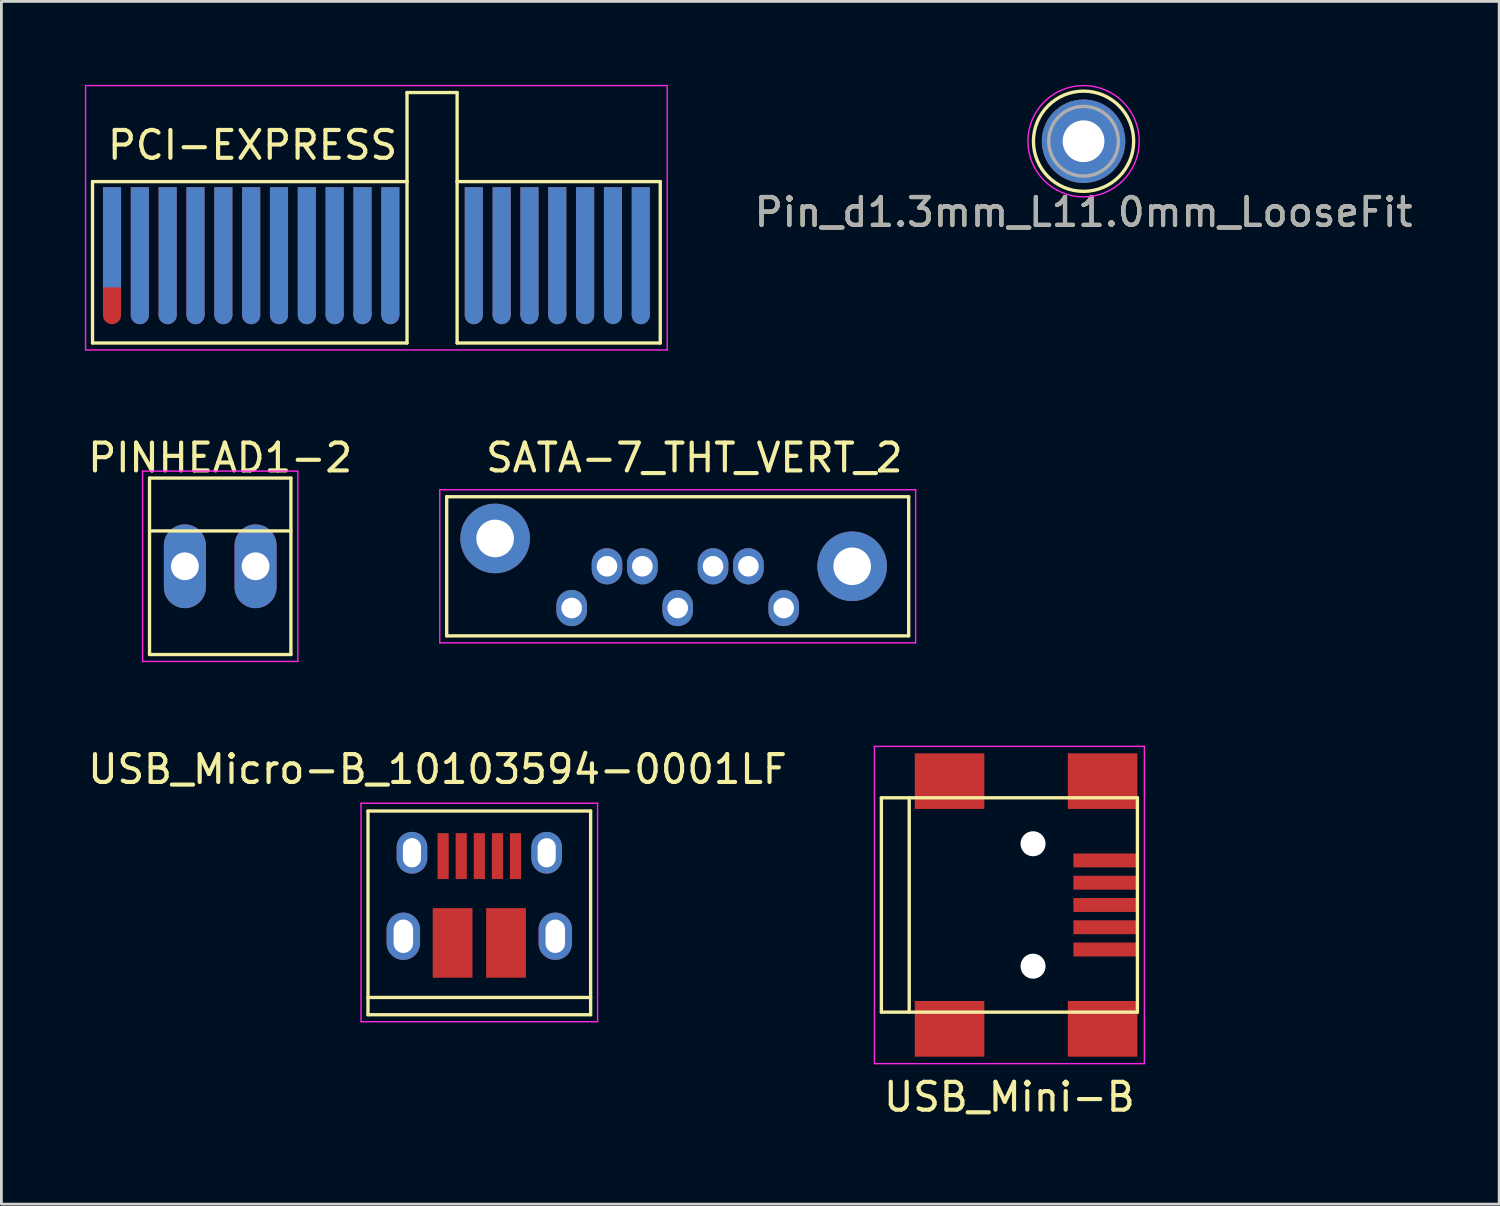
<source format=kicad_pcb>
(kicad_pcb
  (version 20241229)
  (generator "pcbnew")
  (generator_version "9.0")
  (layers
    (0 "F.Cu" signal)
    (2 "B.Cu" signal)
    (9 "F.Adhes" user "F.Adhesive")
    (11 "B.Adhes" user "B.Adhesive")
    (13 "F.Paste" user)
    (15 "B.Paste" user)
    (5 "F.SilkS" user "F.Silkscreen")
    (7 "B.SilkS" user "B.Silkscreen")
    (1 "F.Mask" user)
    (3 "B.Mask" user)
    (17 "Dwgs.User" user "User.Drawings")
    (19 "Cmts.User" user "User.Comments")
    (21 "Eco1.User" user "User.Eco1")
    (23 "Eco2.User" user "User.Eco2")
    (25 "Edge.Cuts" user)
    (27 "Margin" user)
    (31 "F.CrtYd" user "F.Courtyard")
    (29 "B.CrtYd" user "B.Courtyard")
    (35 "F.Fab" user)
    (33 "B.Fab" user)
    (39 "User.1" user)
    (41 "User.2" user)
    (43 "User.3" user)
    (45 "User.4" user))
  (footprint "USB_Mini-B"
    (layer "F.Cu")
    (at 33.87 29.468)
    (property "Reference" "USB_Mini-B" (at -0.65 6.9 0) (layer "F.SilkS") (effects (font (size 1 1) (thickness 0.15))))
    (attr smd)
    (fp_line (start -5.25 -3.85) (end -5.25 3.85) (stroke (width 0.12) (type solid)) (layer "F.SilkS"))
    (fp_line (start -5.25 3.85) (end 3.95 3.85) (stroke (width 0.12) (type solid)) (layer "F.SilkS"))
    (fp_line (start -4.25 -3.85) (end -4.25 3.85) (stroke (width 0.12) (type solid)) (layer "F.SilkS"))
    (fp_line (start 3.95 -3.85) (end -5.25 -3.85) (stroke (width 0.12) (type solid)) (layer "F.SilkS"))
    (fp_line (start 3.95 3.85) (end 3.95 -3.85) (stroke (width 0.12) (type solid)) (layer "F.SilkS"))
    (fp_line (start -5.5 -5.7) (end 4.2 -5.7) (stroke (width 0.05) (type solid)) (layer "F.CrtYd"))
    (fp_line (start -5.5 5.7) (end -5.5 -5.7) (stroke (width 0.05) (type solid)) (layer "F.CrtYd"))
    (fp_line (start 4.2 -5.7) (end 4.2 5.7) (stroke (width 0.05) (type solid)) (layer "F.CrtYd"))
    (fp_line (start 4.2 5.7) (end -5.5 5.7) (stroke (width 0.05) (type solid)) (layer "F.CrtYd"))
    (pad "" np_thru_hole circle (at 0.2 -2.2) (size 0.9 0.9) (drill 0.9) (layers "*.Cu" "*.Mask"))
    (pad "" np_thru_hole circle (at 0.2 2.2) (size 0.9 0.9) (drill 0.9) (layers "*.Cu" "*.Mask"))
    (pad "1" smd rect (at 2.8 -1.6) (size 2.3 0.5) (layers "F.Cu" "F.Mask" "F.Paste"))
    (pad "2" smd rect (at 2.8 -0.8) (size 2.3 0.5) (layers "F.Cu" "F.Mask" "F.Paste"))
    (pad "3" smd rect (at 2.8 0) (size 2.3 0.5) (layers "F.Cu" "F.Mask" "F.Paste"))
    (pad "4" smd rect (at 2.8 0.8) (size 2.3 0.5) (layers "F.Cu" "F.Mask" "F.Paste"))
    (pad "5" smd rect (at 2.8 1.6) (size 2.3 0.5) (layers "F.Cu" "F.Mask" "F.Paste"))
    (pad "6" smd rect (at -2.8 -4.45) (size 2.5 2) (layers "F.Cu" "F.Mask" "F.Paste"))
    (pad "6" smd rect (at -2.8 4.45) (size 2.5 2) (layers "F.Cu" "F.Mask" "F.Paste"))
    (pad "6" smd rect (at 2.7 -4.45) (size 2.5 2) (layers "F.Cu" "F.Mask" "F.Paste"))
    (pad "6" smd rect (at 2.7 4.45) (size 2.5 2) (layers "F.Cu" "F.Mask" "F.Paste")))
  (footprint "SATA-7_THT_VERT_2"
    (layer "F.Cu")
    (at 25.111 18.798)
    (property "Reference" "SATA-7_THT_VERT_2" (at -3.21 -5.4 0) (layer "F.SilkS") (effects (font (size 1 1) (thickness 0.15))))
    (attr through_hole)
    (fp_line (start -12.11 -4) (end 4.49 -4) (stroke (width 0.12) (type solid)) (layer "F.SilkS"))
    (fp_line (start -12.11 1) (end -12.11 -4) (stroke (width 0.12) (type solid)) (layer "F.SilkS"))
    (fp_line (start 4.49 -4) (end 4.49 1) (stroke (width 0.12) (type solid)) (layer "F.SilkS"))
    (fp_line (start 4.49 1) (end -12.11 1) (stroke (width 0.12) (type solid)) (layer "F.SilkS"))
    (fp_line (start -12.36 -4.25) (end -12.36 1.25) (stroke (width 0.05) (type solid)) (layer "F.CrtYd"))
    (fp_line (start -12.36 -4.25) (end 4.74 -4.25) (stroke (width 0.05) (type solid)) (layer "F.CrtYd"))
    (fp_line (start 4.74 1.25) (end -12.36 1.25) (stroke (width 0.05) (type solid)) (layer "F.CrtYd"))
    (fp_line (start 4.74 1.25) (end 4.74 -4.25) (stroke (width 0.05) (type solid)) (layer "F.CrtYd"))
    (pad "1" thru_hole oval (at 0 0) (size 1.1 1.3) (drill 0.74) (layers "*.Cu" "*.Mask"))
    (pad "2" thru_hole oval (at -1.27 -1.5) (size 1.1 1.3) (drill 0.74) (layers "*.Cu" "*.Mask"))
    (pad "3" thru_hole oval (at -2.54 -1.5) (size 1.1 1.3) (drill 0.74) (layers "*.Cu" "*.Mask"))
    (pad "4" thru_hole oval (at -3.81 0) (size 1.1 1.3) (drill 0.74) (layers "*.Cu" "*.Mask"))
    (pad "5" thru_hole oval (at -5.08 -1.5) (size 1.1 1.3) (drill 0.74) (layers "*.Cu" "*.Mask"))
    (pad "6" thru_hole oval (at -6.35 -1.5) (size 1.1 1.3) (drill 0.74) (layers "*.Cu" "*.Mask"))
    (pad "7" thru_hole oval (at -7.62 0) (size 1.1 1.3) (drill 0.74) (layers "*.Cu" "*.Mask"))
    (pad "8" thru_hole circle (at -10.37 -2.5) (size 2.5 2.5) (drill 1.35) (layers "*.Cu" "*.Mask"))
    (pad "9" thru_hole circle (at 2.46 -1.5) (size 2.5 2.5) (drill 1.35) (layers "*.Cu" "*.Mask")))
  (footprint "USB_Micro-B_10103594-0001LF"
    (layer "F.Cu")
    (at 14.173 29.212)
    (property "Reference" "USB_Micro-B_10103594-0001LF" (at -1.5 -4.62 0) (layer "F.SilkS") (effects (font (size 1 1) (thickness 0.15))))
    (attr smd)
    (fp_line (start -4 -3.12) (end 4 -3.12) (stroke (width 0.12) (type solid)) (layer "F.SilkS"))
    (fp_line (start -4 4.2) (end -4 -3.12) (stroke (width 0.12) (type solid)) (layer "F.SilkS"))
    (fp_line (start -4 4.2) (end 4 4.2) (stroke (width 0.12) (type solid)) (layer "F.SilkS"))
    (fp_line (start 4 -3.12) (end 4 4.2) (stroke (width 0.12) (type solid)) (layer "F.SilkS"))
    (fp_line (start 4 3.58) (end -4 3.58) (stroke (width 0.12) (type solid)) (layer "F.SilkS"))
    (fp_line (start -4.25 -3.4) (end 4.25 -3.4) (stroke (width 0.05) (type solid)) (layer "F.CrtYd"))
    (fp_line (start -4.25 4.45) (end -4.25 -3.4) (stroke (width 0.05) (type solid)) (layer "F.CrtYd"))
    (fp_line (start 4.25 -3.4) (end 4.25 4.45) (stroke (width 0.05) (type solid)) (layer "F.CrtYd"))
    (fp_line (start 4.25 4.45) (end -4.25 4.45) (stroke (width 0.05) (type solid)) (layer "F.CrtYd"))
    (pad "1" smd rect (at -1.3 -1.5 90) (size 1.65 0.4) (layers "F.Cu" "F.Mask" "F.Paste"))
    (pad "2" smd rect (at -0.65 -1.5 90) (size 1.65 0.4) (layers "F.Cu" "F.Mask" "F.Paste"))
    (pad "3" smd rect (at 0 -1.5 90) (size 1.65 0.4) (layers "F.Cu" "F.Mask" "F.Paste"))
    (pad "4" smd rect (at 0.65 -1.5 90) (size 1.65 0.4) (layers "F.Cu" "F.Mask" "F.Paste"))
    (pad "5" smd rect (at 1.3 -1.5 90) (size 1.65 0.4) (layers "F.Cu" "F.Mask" "F.Paste"))
    (pad "6" thru_hole oval (at -2.73 1.38 90) (size 1.7 1.2) (drill oval 1.2 0.7) (layers "*.Cu" "*.Mask"))
    (pad "6" thru_hole oval (at -2.42 -1.62 90) (size 1.5 1.1) (drill oval 1.05 0.65) (layers "*.Cu" "*.Mask"))
    (pad "6" smd rect (at -0.96 1.62 90) (size 2.5 1.43) (layers "F.Cu" "F.Mask" "F.Paste"))
    (pad "6" smd rect (at 0.96 1.62 90) (size 2.5 1.43) (layers "F.Cu" "F.Mask" "F.Paste"))
    (pad "6" thru_hole oval (at 2.42 -1.62 90) (size 1.5 1.1) (drill oval 1.05 0.65) (layers "*.Cu" "*.Mask"))
    (pad "6" thru_hole oval (at 2.73 1.38 90) (size 1.7 1.2) (drill oval 1.2 0.7) (layers "*.Cu" "*.Mask")))
  (footprint "Pin_d1.3mm_L11.0mm_LooseFit"
    (layer "F.Cu")
    (at 35.885 2.025)
    (property "Reference" "Pin_d1.3mm_L11.0mm_LooseFit" (at 0 2.55 0) (layer "F.SilkS") (effects (font (size 1 1) (thickness 0.15))))
    (attr through_hole)
    (fp_circle (center 0 0) (end 1.8 0.05) (stroke (width 0.12) (type solid)) (fill no) (layer "F.SilkS"))
    (fp_circle (center 0 0) (end 2 0) (stroke (width 0.05) (type solid)) (fill no) (layer "F.CrtYd"))
    (fp_circle (center 0 0) (end 0.65 -0.05) (stroke (width 0.12) (type solid)) (fill no) (layer "F.Fab"))
    (fp_circle (center 0 0) (end 1.25 -0.05) (stroke (width 0.12) (type solid)) (fill no) (layer "F.Fab"))
    (fp_text user "${REFERENCE}" (at 0 2.55 0) (layer "F.Fab") (effects (font (size 1 1) (thickness 0.15))))
    (pad "1" thru_hole circle (at 0 0) (size 3 3) (drill 1.5) (layers "*.Cu" "*.Mask")))
  (footprint "PCI-EXPRESS"
    (layer "F.Cu")
    (at 0.975 5.475)
    (property "Reference" "PCI-EXPRESS" (at 5.05 -3.31 0) (layer "F.SilkS") (effects (font (size 1 1) (thickness 0.15))))
    (attr through_hole)
    (fp_line (start -0.7 -2) (end 10.6 -2) (stroke (width 0.12) (type solid)) (layer "F.SilkS"))
    (fp_line (start -0.7 3.8) (end -0.7 -2) (stroke (width 0.12) (type solid)) (layer "F.SilkS"))
    (fp_line (start 10.6 -5.2) (end 12.4 -5.2) (stroke (width 0.12) (type solid)) (layer "F.SilkS"))
    (fp_line (start 10.6 -2) (end 10.6 -5.2) (stroke (width 0.12) (type solid)) (layer "F.SilkS"))
    (fp_line (start 10.6 -2) (end 10.6 3.8) (stroke (width 0.12) (type solid)) (layer "F.SilkS"))
    (fp_line (start 10.6 3.8) (end -0.7 3.8) (stroke (width 0.12) (type solid)) (layer "F.SilkS"))
    (fp_line (start 12.4 -5.2) (end 12.4 -2) (stroke (width 0.12) (type solid)) (layer "F.SilkS"))
    (fp_line (start 12.4 -2) (end 12.4 3.8) (stroke (width 0.12) (type solid)) (layer "F.SilkS"))
    (fp_line (start 12.4 3.8) (end 19.7 3.8) (stroke (width 0.12) (type solid)) (layer "F.SilkS"))
    (fp_line (start 19.7 -2) (end 12.4 -2) (stroke (width 0.12) (type solid)) (layer "F.SilkS"))
    (fp_line (start 19.7 -2) (end 19.7 3.8) (stroke (width 0.12) (type solid)) (layer "F.SilkS"))
    (fp_line (start -0.95 -5.45) (end -0.95 4.05) (stroke (width 0.05) (type solid)) (layer "F.CrtYd"))
    (fp_line (start -0.95 -5.45) (end 19.95 -5.45) (stroke (width 0.05) (type solid)) (layer "F.CrtYd"))
    (fp_line (start 19.95 4.05) (end -0.95 4.05) (stroke (width 0.05) (type solid)) (layer "F.CrtYd"))
    (fp_line (start 19.95 4.05) (end 19.95 -5.45) (stroke (width 0.05) (type solid)) (layer "F.CrtYd"))
    (pad "" connect circle (at 0 2.8) (size 0.65 0.65) (layers "F.Cu" "F.Mask"))
    (pad "" connect circle (at 1 2.8) (size 0.65 0.65) (layers "F.Cu" "F.Mask"))
    (pad "" connect oval (at 1 2.8 90) (size 0.65 0.65) (layers "B.Cu" "B.Mask"))
    (pad "" connect circle (at 2 2.8) (size 0.65 0.65) (layers "F.Cu" "F.Mask"))
    (pad "" connect oval (at 2 2.8 90) (size 0.65 0.65) (layers "B.Cu" "B.Mask"))
    (pad "" connect circle (at 3 2.8) (size 0.65 0.65) (layers "F.Cu" "F.Mask"))
    (pad "" connect oval (at 3 2.8 90) (size 0.65 0.65) (layers "B.Cu" "B.Mask"))
    (pad "" connect circle (at 4 2.8) (size 0.65 0.65) (layers "F.Cu" "F.Mask"))
    (pad "" connect oval (at 4 2.8 90) (size 0.65 0.65) (layers "B.Cu" "B.Mask"))
    (pad "" connect circle (at 5 2.8) (size 0.65 0.65) (layers "F.Cu" "F.Mask"))
    (pad "" connect oval (at 5 2.8 90) (size 0.65 0.65) (layers "B.Cu" "B.Mask"))
    (pad "" connect circle (at 6 2.8) (size 0.65 0.65) (layers "F.Cu" "F.Mask"))
    (pad "" connect oval (at 6 2.8 90) (size 0.65 0.65) (layers "B.Cu" "B.Mask"))
    (pad "" connect circle (at 7 2.8) (size 0.65 0.65) (layers "F.Cu" "F.Mask"))
    (pad "" connect oval (at 7 2.8 90) (size 0.65 0.65) (layers "B.Cu" "B.Mask"))
    (pad "" connect circle (at 8 2.8) (size 0.65 0.65) (layers "F.Cu" "F.Mask"))
    (pad "" connect oval (at 8 2.8 90) (size 0.65 0.65) (layers "B.Cu" "B.Mask"))
    (pad "" connect circle (at 9 2.8) (size 0.65 0.65) (layers "F.Cu" "F.Mask"))
    (pad "" connect oval (at 9 2.8 90) (size 0.65 0.65) (layers "B.Cu" "B.Mask"))
    (pad "" connect circle (at 10 2.8) (size 0.65 0.65) (layers "F.Cu" "F.Mask"))
    (pad "" connect oval (at 10 2.8 90) (size 0.65 0.65) (layers "B.Cu" "B.Mask"))
    (pad "" connect circle (at 13 2.8) (size 0.65 0.65) (layers "F.Cu" "F.Mask"))
    (pad "" connect oval (at 13 2.8 90) (size 0.65 0.65) (layers "B.Cu" "B.Mask"))
    (pad "" connect circle (at 14 2.8) (size 0.65 0.65) (layers "F.Cu" "F.Mask"))
    (pad "" connect oval (at 14 2.8 90) (size 0.65 0.65) (layers "B.Cu" "B.Mask"))
    (pad "" connect circle (at 15 2.8) (size 0.65 0.65) (layers "F.Cu" "F.Mask"))
    (pad "" connect oval (at 15 2.8 90) (size 0.65 0.65) (layers "B.Cu" "B.Mask"))
    (pad "" connect circle (at 16 2.8) (size 0.65 0.65) (layers "F.Cu" "F.Mask"))
    (pad "" connect oval (at 16 2.8 90) (size 0.65 0.65) (layers "B.Cu" "B.Mask"))
    (pad "" connect circle (at 17 2.8) (size 0.65 0.65) (layers "F.Cu" "F.Mask"))
    (pad "" connect oval (at 17 2.8 90) (size 0.65 0.65) (layers "B.Cu" "B.Mask"))
    (pad "" connect oval (at 18 2.8 90) (size 0.65 0.65) (layers "B.Cu" "B.Mask"))
    (pad "" connect circle (at 19 2.8) (size 0.65 0.65) (layers "F.Cu" "F.Mask"))
    (pad "" connect oval (at 19 2.8 90) (size 0.65 0.65) (layers "B.Cu" "B.Mask"))
    (pad "A1" connect rect (at 0 0) (size 0.65 3.6) (layers "B.Cu" "B.Mask"))
    (pad "A2" connect rect (at 1 0.5) (size 0.65 4.6) (layers "B.Cu" "B.Mask"))
    (pad "A3" connect rect (at 2 0.5) (size 0.65 4.6) (layers "B.Cu" "B.Mask"))
    (pad "A4" connect rect (at 3 0.5) (size 0.65 4.6) (layers "B.Cu" "B.Mask"))
    (pad "A5" connect rect (at 4 0.5) (size 0.65 4.6) (layers "B.Cu" "B.Mask"))
    (pad "A6" connect rect (at 5 0.5) (size 0.65 4.6) (layers "B.Cu" "B.Mask"))
    (pad "A7" connect rect (at 6 0.5) (size 0.65 4.6) (layers "B.Cu" "B.Mask"))
    (pad "A8" connect rect (at 7 0.5) (size 0.65 4.6) (layers "B.Cu" "B.Mask"))
    (pad "A9" connect rect (at 8 0.5) (size 0.65 4.6) (layers "B.Cu" "B.Mask"))
    (pad "A10" connect rect (at 9 0.5) (size 0.65 4.6) (layers "B.Cu" "B.Mask"))
    (pad "A11" connect rect (at 10 0.5) (size 0.65 4.6) (layers "B.Cu" "B.Mask"))
    (pad "A12" connect rect (at 13 0.5) (size 0.65 4.6) (layers "B.Cu" "B.Mask"))
    (pad "A13" connect rect (at 14 0.5) (size 0.65 4.6) (layers "B.Cu" "B.Mask"))
    (pad "A14" connect rect (at 15 0.5) (size 0.65 4.6) (layers "B.Cu" "B.Mask"))
    (pad "A15" connect rect (at 16 0.5) (size 0.65 4.6) (layers "B.Cu" "B.Mask"))
    (pad "A16" connect rect (at 17 0.5) (size 0.65 4.6) (layers "B.Cu" "B.Mask"))
    (pad "A17" connect rect (at 18 0.5) (size 0.65 4.6) (layers "B.Cu" "B.Mask"))
    (pad "A18" connect rect (at 19 0.5) (size 0.65 4.6) (layers "B.Cu" "B.Mask"))
    (pad "B1" connect rect (at 0 0.5) (size 0.65 4.6) (layers "F.Cu" "F.Mask"))
    (pad "B2" connect rect (at 1 0.5) (size 0.65 4.6) (layers "F.Cu" "F.Mask"))
    (pad "B3" connect rect (at 2 0.5) (size 0.65 4.6) (layers "F.Cu" "F.Mask"))
    (pad "B4" connect rect (at 3 0.5) (size 0.65 4.6) (layers "F.Cu" "F.Mask"))
    (pad "B5" connect rect (at 4 0.5) (size 0.65 4.6) (layers "F.Cu" "F.Mask"))
    (pad "B6" connect rect (at 5 0.5) (size 0.65 4.6) (layers "F.Cu" "F.Mask"))
    (pad "B7" connect rect (at 6 0.5) (size 0.65 4.6) (layers "F.Cu" "F.Mask"))
    (pad "B8" connect rect (at 7 0.5) (size 0.65 4.6) (layers "F.Cu" "F.Mask"))
    (pad "B9" connect rect (at 8 0.5) (size 0.65 4.6) (layers "F.Cu" "F.Mask"))
    (pad "B10" connect rect (at 9 0.5) (size 0.65 4.6) (layers "F.Cu" "F.Mask"))
    (pad "B11" connect rect (at 10 0.5) (size 0.65 4.6) (layers "F.Cu" "F.Mask"))
    (pad "B12" connect rect (at 13 0.5) (size 0.65 4.6) (layers "F.Cu" "F.Mask"))
    (pad "B13" connect rect (at 14 0.5) (size 0.65 4.6) (layers "F.Cu" "F.Mask"))
    (pad "B14" connect rect (at 15 0.5) (size 0.65 4.6) (layers "F.Cu" "F.Mask"))
    (pad "B15" connect rect (at 16 0.5) (size 0.65 4.6) (layers "F.Cu" "F.Mask"))
    (pad "B16" connect rect (at 17 0.5) (size 0.65 4.6) (layers "F.Cu" "F.Mask"))
    (pad "B17" connect rect (at 18 0) (size 0.65 3.6) (layers "F.Cu" "F.Mask"))
    (pad "B18" connect rect (at 19 0.5) (size 0.65 4.6) (layers "F.Cu" "F.Mask")))
  (footprint "PINHEAD1-2"
    (layer "F.Cu")
    (at 3.593 17.298)
    (property "Reference" "PINHEAD1-2" (at 1.27 -3.9 0) (layer "F.SilkS") (effects (font (size 1 1) (thickness 0.15))))
    (attr through_hole)
    (fp_line (start -1.27 -3.17) (end -1.27 3.17) (stroke (width 0.12) (type solid)) (layer "F.SilkS"))
    (fp_line (start -1.27 -3.17) (end 3.81 -3.17) (stroke (width 0.12) (type solid)) (layer "F.SilkS"))
    (fp_line (start 3.81 -3.17) (end 3.81 3.17) (stroke (width 0.12) (type solid)) (layer "F.SilkS"))
    (fp_line (start 3.81 -1.27) (end -1.27 -1.27) (stroke (width 0.12) (type solid)) (layer "F.SilkS"))
    (fp_line (start 3.81 3.17) (end -1.27 3.17) (stroke (width 0.12) (type solid)) (layer "F.SilkS"))
    (fp_line (start -1.52 -3.42) (end -1.52 3.42) (stroke (width 0.05) (type solid)) (layer "F.CrtYd"))
    (fp_line (start -1.52 -3.42) (end 4.06 -3.42) (stroke (width 0.05) (type solid)) (layer "F.CrtYd"))
    (fp_line (start 4.06 3.42) (end -1.52 3.42) (stroke (width 0.05) (type solid)) (layer "F.CrtYd"))
    (fp_line (start 4.06 3.42) (end 4.06 -3.42) (stroke (width 0.05) (type solid)) (layer "F.CrtYd"))
    (pad "1" thru_hole oval (at 0 0) (size 1.51 3.01) (drill 1) (layers "*.Cu" "*.Mask"))
    (pad "2" thru_hole oval (at 2.54 0) (size 1.51 3.01) (drill 1) (layers "*.Cu" "*.Mask")))
  (gr_rect
    (start -3 -3)
    (end 50.819 40.217)
    (stroke (width 0.1) (type default))
    (fill no)
    (layer "Edge.Cuts")))
</source>
